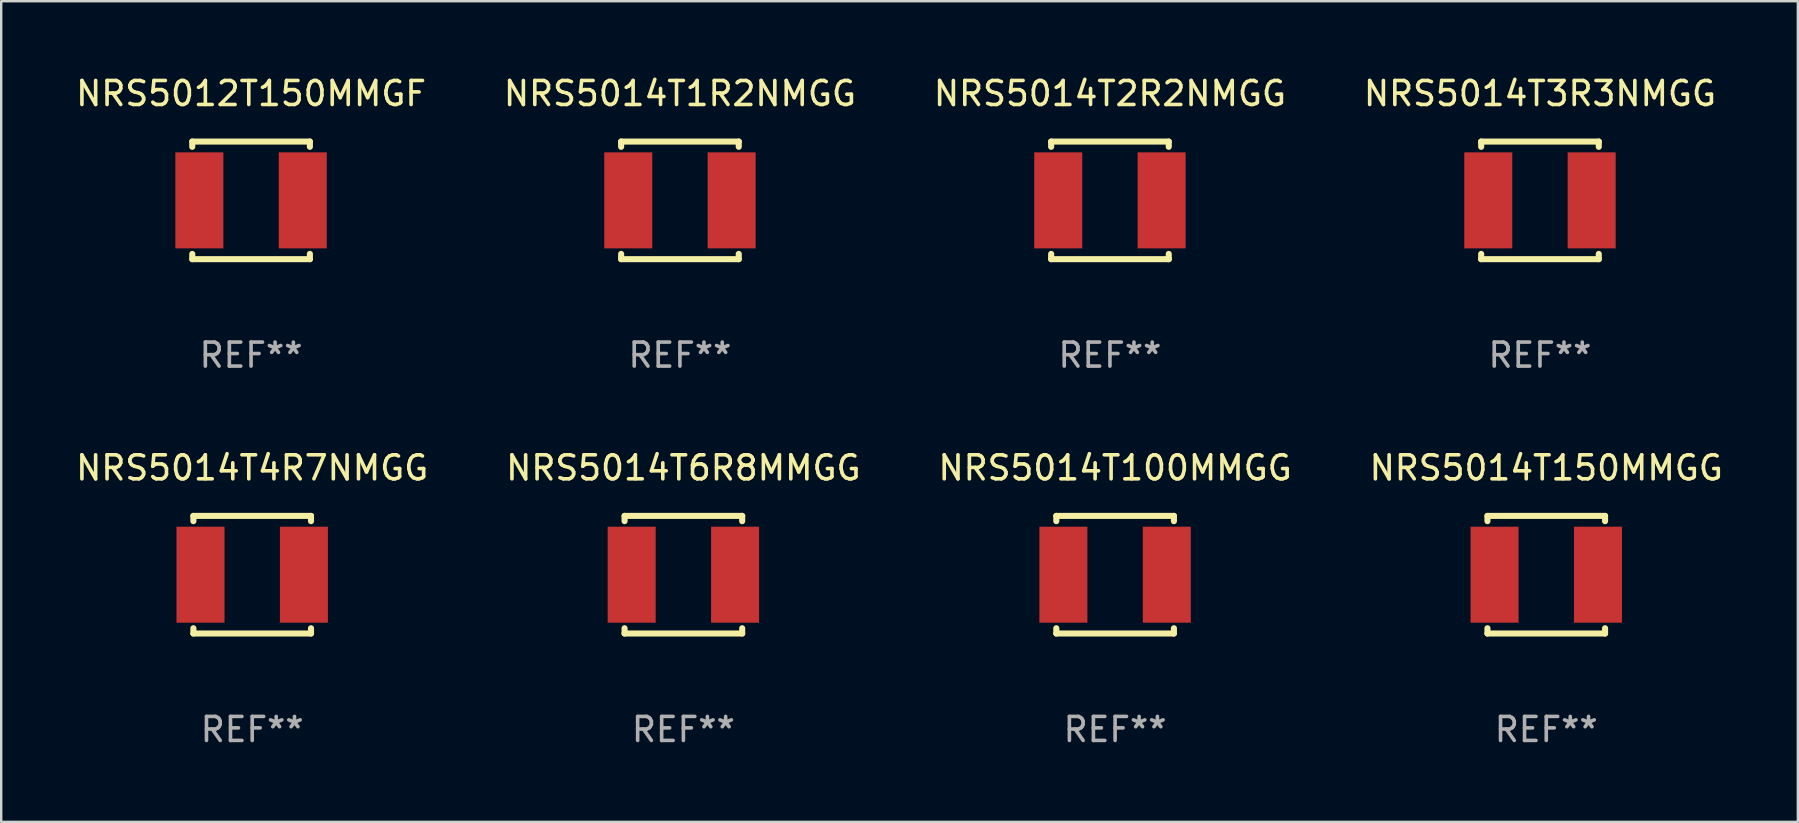
<source format=kicad_pcb>
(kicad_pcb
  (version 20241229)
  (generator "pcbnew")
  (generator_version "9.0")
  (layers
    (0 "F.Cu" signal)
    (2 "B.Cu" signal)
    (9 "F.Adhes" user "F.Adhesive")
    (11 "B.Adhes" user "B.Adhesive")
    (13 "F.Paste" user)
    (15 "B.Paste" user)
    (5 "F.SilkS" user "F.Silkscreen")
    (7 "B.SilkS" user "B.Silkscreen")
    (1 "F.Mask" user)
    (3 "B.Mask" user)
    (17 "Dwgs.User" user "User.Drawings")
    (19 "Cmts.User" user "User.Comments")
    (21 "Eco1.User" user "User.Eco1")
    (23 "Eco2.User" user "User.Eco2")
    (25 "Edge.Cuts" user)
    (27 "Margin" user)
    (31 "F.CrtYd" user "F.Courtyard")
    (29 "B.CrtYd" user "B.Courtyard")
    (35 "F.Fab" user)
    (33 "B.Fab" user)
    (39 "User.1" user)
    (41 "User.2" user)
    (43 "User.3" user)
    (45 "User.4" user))
  (footprint "NRS5014T6R8MMGG"
    (layer "F.Cu")
    (at 25.423 20.895)
    (property "Reference" "NRS5014T6R8MMGG" (at 0 -4.45 0) (layer "F.SilkS") (effects (font (size 1 1) (thickness 0.15))))
    (attr through_hole)
    (fp_line (start -2.45 -2.45) (end 2.45 -2.45) (stroke (width 0.254) (type solid)) (layer "F.SilkS"))
    (fp_line (start -2.45 -2.231) (end -2.45 -2.45) (stroke (width 0.254) (type solid)) (layer "F.SilkS"))
    (fp_line (start -2.45 2.45) (end -2.45 2.231) (stroke (width 0.254) (type solid)) (layer "F.SilkS"))
    (fp_line (start -2.45 2.45) (end 2.45 2.45) (stroke (width 0.254) (type solid)) (layer "F.SilkS"))
    (fp_line (start 2.45 -2.45) (end 2.45 -2.231) (stroke (width 0.254) (type solid)) (layer "F.SilkS"))
    (fp_line (start 2.45 2.231) (end 2.45 2.45) (stroke (width 0.254) (type solid)) (layer "F.SilkS"))
    (fp_circle (center -2.45 2.45) (end -2.42 2.45) (stroke (width 0.06) (type solid)) (fill no) (layer "F.SilkS"))
    (fp_text user "REF**" (at 0 6.45 0) (layer "F.Fab") (effects (font (size 1 1) (thickness 0.15))))
    (pad "1" smd rect (at -2.154 0) (size 2 4) (layers "F.Cu" "F.Mask" "F.Paste"))
    (pad "2" smd rect (at 2.154 0) (size 2 4) (layers "F.Cu" "F.Mask" "F.Paste")))
  (footprint "NRS5014T1R2NMGG"
    (layer "F.Cu")
    (at 25.28 5.298)
    (property "Reference" "NRS5014T1R2NMGG" (at 0 -4.45 0) (layer "F.SilkS") (effects (font (size 1 1) (thickness 0.15))))
    (attr through_hole)
    (fp_line (start -2.45 -2.45) (end 2.45 -2.45) (stroke (width 0.254) (type solid)) (layer "F.SilkS"))
    (fp_line (start -2.45 -2.231) (end -2.45 -2.45) (stroke (width 0.254) (type solid)) (layer "F.SilkS"))
    (fp_line (start -2.45 2.45) (end -2.45 2.231) (stroke (width 0.254) (type solid)) (layer "F.SilkS"))
    (fp_line (start -2.45 2.45) (end 2.45 2.45) (stroke (width 0.254) (type solid)) (layer "F.SilkS"))
    (fp_line (start 2.45 -2.45) (end 2.45 -2.231) (stroke (width 0.254) (type solid)) (layer "F.SilkS"))
    (fp_line (start 2.45 2.231) (end 2.45 2.45) (stroke (width 0.254) (type solid)) (layer "F.SilkS"))
    (fp_circle (center -2.45 2.45) (end -2.42 2.45) (stroke (width 0.06) (type solid)) (fill no) (layer "F.SilkS"))
    (fp_text user "REF**" (at 0 6.45 0) (layer "F.Fab") (effects (font (size 1 1) (thickness 0.15))))
    (pad "1" smd rect (at -2.154 0) (size 2 4) (layers "F.Cu" "F.Mask" "F.Paste"))
    (pad "2" smd rect (at 2.154 0) (size 2 4) (layers "F.Cu" "F.Mask" "F.Paste")))
  (footprint "NRS5014T3R3NMGG"
    (layer "F.Cu")
    (at 61.113 5.298)
    (property "Reference" "NRS5014T3R3NMGG" (at 0 -4.45 0) (layer "F.SilkS") (effects (font (size 1 1) (thickness 0.15))))
    (attr through_hole)
    (fp_line (start -2.45 -2.45) (end 2.45 -2.45) (stroke (width 0.254) (type solid)) (layer "F.SilkS"))
    (fp_line (start -2.45 -2.231) (end -2.45 -2.45) (stroke (width 0.254) (type solid)) (layer "F.SilkS"))
    (fp_line (start -2.45 2.45) (end -2.45 2.231) (stroke (width 0.254) (type solid)) (layer "F.SilkS"))
    (fp_line (start -2.45 2.45) (end 2.45 2.45) (stroke (width 0.254) (type solid)) (layer "F.SilkS"))
    (fp_line (start 2.45 -2.45) (end 2.45 -2.231) (stroke (width 0.254) (type solid)) (layer "F.SilkS"))
    (fp_line (start 2.45 2.231) (end 2.45 2.45) (stroke (width 0.254) (type solid)) (layer "F.SilkS"))
    (fp_circle (center -2.45 2.45) (end -2.42 2.45) (stroke (width 0.06) (type solid)) (fill no) (layer "F.SilkS"))
    (fp_text user "REF**" (at 0 6.45 0) (layer "F.Fab") (effects (font (size 1 1) (thickness 0.15))))
    (pad "1" smd rect (at -2.154 0) (size 2 4) (layers "F.Cu" "F.Mask" "F.Paste"))
    (pad "2" smd rect (at 2.154 0) (size 2 4) (layers "F.Cu" "F.Mask" "F.Paste")))
  (footprint "NRS5014T2R2NMGG"
    (layer "F.Cu")
    (at 43.196 5.298)
    (property "Reference" "NRS5014T2R2NMGG" (at 0 -4.45 0) (layer "F.SilkS") (effects (font (size 1 1) (thickness 0.15))))
    (attr through_hole)
    (fp_line (start -2.45 -2.45) (end 2.45 -2.45) (stroke (width 0.254) (type solid)) (layer "F.SilkS"))
    (fp_line (start -2.45 -2.231) (end -2.45 -2.45) (stroke (width 0.254) (type solid)) (layer "F.SilkS"))
    (fp_line (start -2.45 2.45) (end -2.45 2.231) (stroke (width 0.254) (type solid)) (layer "F.SilkS"))
    (fp_line (start -2.45 2.45) (end 2.45 2.45) (stroke (width 0.254) (type solid)) (layer "F.SilkS"))
    (fp_line (start 2.45 -2.45) (end 2.45 -2.231) (stroke (width 0.254) (type solid)) (layer "F.SilkS"))
    (fp_line (start 2.45 2.231) (end 2.45 2.45) (stroke (width 0.254) (type solid)) (layer "F.SilkS"))
    (fp_circle (center -2.45 2.45) (end -2.42 2.45) (stroke (width 0.06) (type solid)) (fill no) (layer "F.SilkS"))
    (fp_text user "REF**" (at 0 6.45 0) (layer "F.Fab") (effects (font (size 1 1) (thickness 0.15))))
    (pad "1" smd rect (at -2.154 0) (size 2 4) (layers "F.Cu" "F.Mask" "F.Paste"))
    (pad "2" smd rect (at 2.154 0) (size 2 4) (layers "F.Cu" "F.Mask" "F.Paste")))
  (footprint "NRS5014T100MMGG"
    (layer "F.Cu")
    (at 43.411 20.895)
    (property "Reference" "NRS5014T100MMGG" (at 0 -4.45 0) (layer "F.SilkS") (effects (font (size 1 1) (thickness 0.15))))
    (attr through_hole)
    (fp_line (start -2.45 -2.45) (end 2.45 -2.45) (stroke (width 0.254) (type solid)) (layer "F.SilkS"))
    (fp_line (start -2.45 -2.231) (end -2.45 -2.45) (stroke (width 0.254) (type solid)) (layer "F.SilkS"))
    (fp_line (start -2.45 2.45) (end -2.45 2.231) (stroke (width 0.254) (type solid)) (layer "F.SilkS"))
    (fp_line (start -2.45 2.45) (end 2.45 2.45) (stroke (width 0.254) (type solid)) (layer "F.SilkS"))
    (fp_line (start 2.45 -2.45) (end 2.45 -2.231) (stroke (width 0.254) (type solid)) (layer "F.SilkS"))
    (fp_line (start 2.45 2.231) (end 2.45 2.45) (stroke (width 0.254) (type solid)) (layer "F.SilkS"))
    (fp_circle (center -2.45 2.45) (end -2.42 2.45) (stroke (width 0.06) (type solid)) (fill no) (layer "F.SilkS"))
    (fp_text user "REF**" (at 0 6.45 0) (layer "F.Fab") (effects (font (size 1 1) (thickness 0.15))))
    (pad "1" smd rect (at -2.154 0) (size 2 4) (layers "F.Cu" "F.Mask" "F.Paste"))
    (pad "2" smd rect (at 2.154 0) (size 2 4) (layers "F.Cu" "F.Mask" "F.Paste")))
  (footprint "NRS5014T150MMGG"
    (layer "F.Cu")
    (at 61.375 20.895)
    (property "Reference" "NRS5014T150MMGG" (at 0 -4.45 0) (layer "F.SilkS") (effects (font (size 1 1) (thickness 0.15))))
    (attr through_hole)
    (fp_line (start -2.45 -2.45) (end 2.45 -2.45) (stroke (width 0.254) (type solid)) (layer "F.SilkS"))
    (fp_line (start -2.45 -2.231) (end -2.45 -2.45) (stroke (width 0.254) (type solid)) (layer "F.SilkS"))
    (fp_line (start -2.45 2.45) (end -2.45 2.231) (stroke (width 0.254) (type solid)) (layer "F.SilkS"))
    (fp_line (start -2.45 2.45) (end 2.45 2.45) (stroke (width 0.254) (type solid)) (layer "F.SilkS"))
    (fp_line (start 2.45 -2.45) (end 2.45 -2.231) (stroke (width 0.254) (type solid)) (layer "F.SilkS"))
    (fp_line (start 2.45 2.231) (end 2.45 2.45) (stroke (width 0.254) (type solid)) (layer "F.SilkS"))
    (fp_circle (center -2.45 2.45) (end -2.42 2.45) (stroke (width 0.06) (type solid)) (fill no) (layer "F.SilkS"))
    (fp_text user "REF**" (at 0 6.45 0) (layer "F.Fab") (effects (font (size 1 1) (thickness 0.15))))
    (pad "1" smd rect (at -2.154 0) (size 2 4) (layers "F.Cu" "F.Mask" "F.Paste"))
    (pad "2" smd rect (at 2.154 0) (size 2 4) (layers "F.Cu" "F.Mask" "F.Paste")))
  (footprint "NRS5014T4R7NMGG"
    (layer "F.Cu")
    (at 7.458 20.895)
    (property "Reference" "NRS5014T4R7NMGG" (at 0 -4.45 0) (layer "F.SilkS") (effects (font (size 1 1) (thickness 0.15))))
    (attr through_hole)
    (fp_line (start -2.45 -2.45) (end 2.45 -2.45) (stroke (width 0.254) (type solid)) (layer "F.SilkS"))
    (fp_line (start -2.45 -2.231) (end -2.45 -2.45) (stroke (width 0.254) (type solid)) (layer "F.SilkS"))
    (fp_line (start -2.45 2.45) (end -2.45 2.231) (stroke (width 0.254) (type solid)) (layer "F.SilkS"))
    (fp_line (start -2.45 2.45) (end 2.45 2.45) (stroke (width 0.254) (type solid)) (layer "F.SilkS"))
    (fp_line (start 2.45 -2.45) (end 2.45 -2.231) (stroke (width 0.254) (type solid)) (layer "F.SilkS"))
    (fp_line (start 2.45 2.231) (end 2.45 2.45) (stroke (width 0.254) (type solid)) (layer "F.SilkS"))
    (fp_circle (center -2.45 2.45) (end -2.42 2.45) (stroke (width 0.06) (type solid)) (fill no) (layer "F.SilkS"))
    (fp_text user "REF**" (at 0 6.45 0) (layer "F.Fab") (effects (font (size 1 1) (thickness 0.15))))
    (pad "1" smd rect (at -2.154 0) (size 2 4) (layers "F.Cu" "F.Mask" "F.Paste"))
    (pad "2" smd rect (at 2.154 0) (size 2 4) (layers "F.Cu" "F.Mask" "F.Paste")))
  (footprint "NRS5012T150MMGF"
    (layer "F.Cu")
    (at 7.411 5.298)
    (property "Reference" "NRS5012T150MMGF" (at 0 -4.45 0) (layer "F.SilkS") (effects (font (size 1 1) (thickness 0.15))))
    (attr through_hole)
    (fp_line (start -2.45 -2.45) (end 2.45 -2.45) (stroke (width 0.254) (type solid)) (layer "F.SilkS"))
    (fp_line (start -2.45 -2.231) (end -2.45 -2.45) (stroke (width 0.254) (type solid)) (layer "F.SilkS"))
    (fp_line (start -2.45 2.45) (end -2.45 2.231) (stroke (width 0.254) (type solid)) (layer "F.SilkS"))
    (fp_line (start -2.45 2.45) (end 2.45 2.45) (stroke (width 0.254) (type solid)) (layer "F.SilkS"))
    (fp_line (start 2.45 -2.45) (end 2.45 -2.231) (stroke (width 0.254) (type solid)) (layer "F.SilkS"))
    (fp_line (start 2.45 2.231) (end 2.45 2.45) (stroke (width 0.254) (type solid)) (layer "F.SilkS"))
    (fp_circle (center -2.45 2.45) (end -2.42 2.45) (stroke (width 0.06) (type solid)) (fill no) (layer "F.SilkS"))
    (fp_text user "REF**" (at 0 6.45 0) (layer "F.Fab") (effects (font (size 1 1) (thickness 0.15))))
    (pad "1" smd rect (at -2.154 0) (size 2 4) (layers "F.Cu" "F.Mask" "F.Paste"))
    (pad "2" smd rect (at 2.154 0) (size 2 4) (layers "F.Cu" "F.Mask" "F.Paste")))
  (gr_rect
    (start -3 -3)
    (end 71.857 31.193)
    (stroke (width 0.1) (type default))
    (fill no)
    (layer "Edge.Cuts")))
</source>
